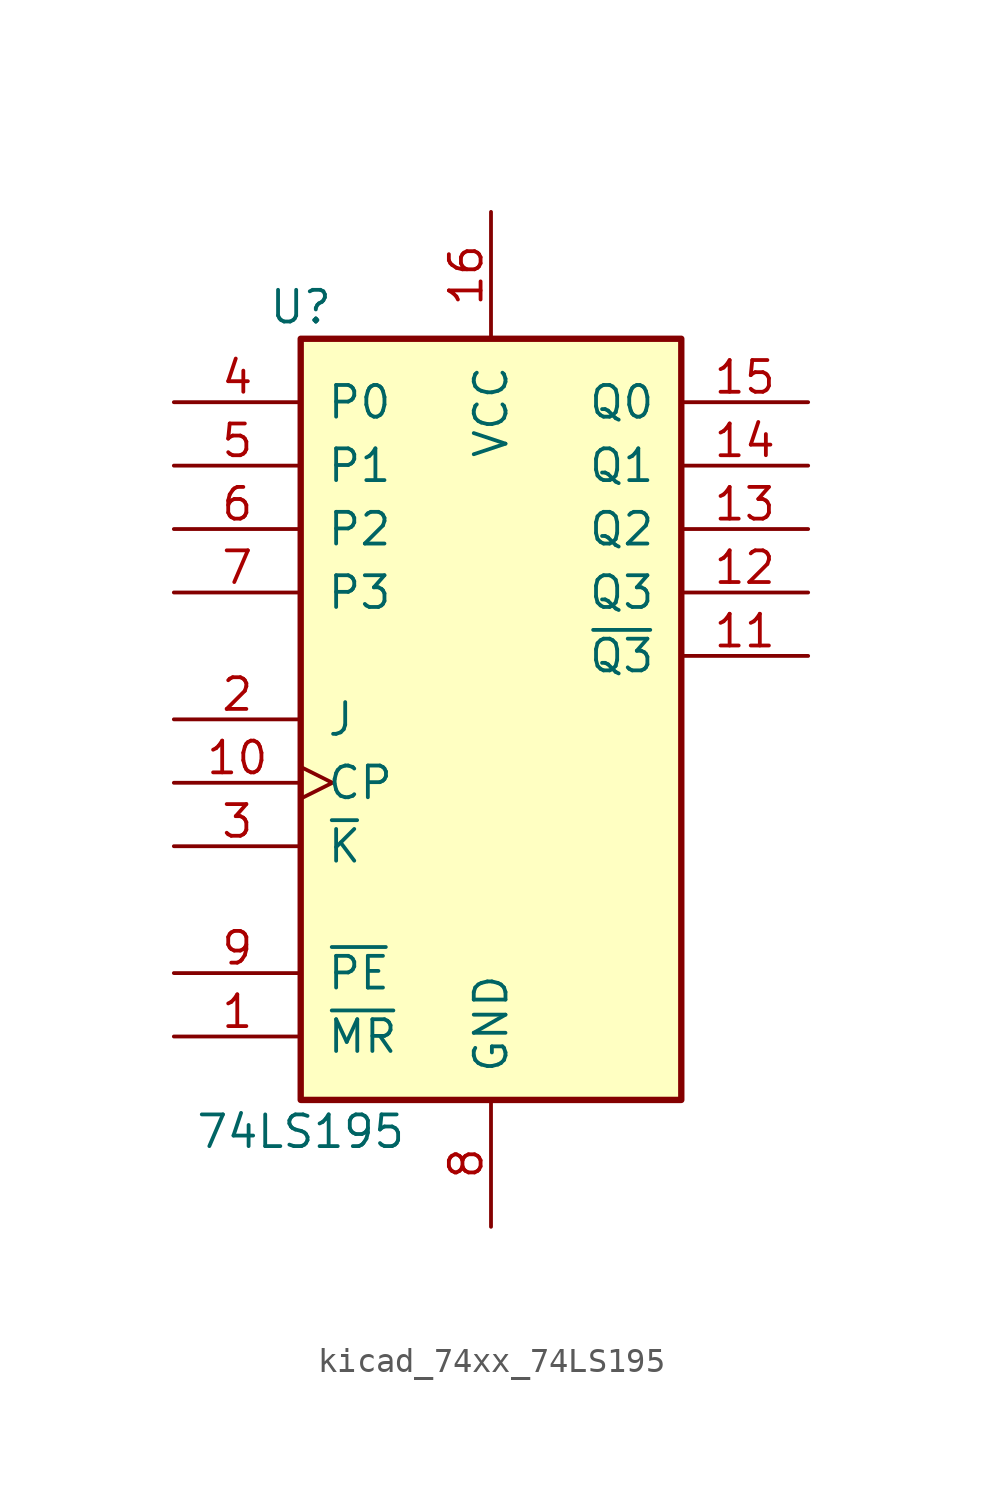
<source format=kicad_sym>
(kicad_symbol_lib
  (version 20220914)
  (generator kicad_symbol_editor)
  (symbol "kicad_74xx_74LS195"
    (pin_names
      (offset 1.016))
    (property "Reference" "U"
      (at -7.62 16.51 0)
      (effects (font (size 1.27 1.27))))
    (property "Value" "74LS195"
      (at -7.62 -16.51 0)
      (effects (font (size 1.27 1.27))))
    (property "ki_locked" ""
      (at 0 0 0)
      (effects (font (size 1.27 1.27))))
    (symbol "kicad_74xx_74LS195_1_0"
      (pin input line (at -12.7 -12.7 0) (length 5.08) (name "~{MR}" (effects (font (size 1.27 1.27)))) (number "1" (effects (font (size 1.27 1.27)))))
      (pin input clock (at -12.7 -2.54 0) (length 5.08) (name "CP" (effects (font (size 1.27 1.27)))) (number "10" (effects (font (size 1.27 1.27)))))
      (pin output line (at 12.7 2.54 180) (length 5.08) (name "~{Q3}" (effects (font (size 1.27 1.27)))) (number "11" (effects (font (size 1.27 1.27)))))
      (pin output line (at 12.7 5.08 180) (length 5.08) (name "Q3" (effects (font (size 1.27 1.27)))) (number "12" (effects (font (size 1.27 1.27)))))
      (pin output line (at 12.7 7.62 180) (length 5.08) (name "Q2" (effects (font (size 1.27 1.27)))) (number "13" (effects (font (size 1.27 1.27)))))
      (pin output line (at 12.7 10.16 180) (length 5.08) (name "Q1" (effects (font (size 1.27 1.27)))) (number "14" (effects (font (size 1.27 1.27)))))
      (pin output line (at 12.7 12.7 180) (length 5.08) (name "Q0" (effects (font (size 1.27 1.27)))) (number "15" (effects (font (size 1.27 1.27)))))
      (pin power_in line (at 0 20.32 270) (length 5.08) (name "VCC" (effects (font (size 1.27 1.27)))) (number "16" (effects (font (size 1.27 1.27)))))
      (pin input line (at -12.7 0 0) (length 5.08) (name "J" (effects (font (size 1.27 1.27)))) (number "2" (effects (font (size 1.27 1.27)))))
      (pin input line (at -12.7 -5.08 0) (length 5.08) (name "~{K}" (effects (font (size 1.27 1.27)))) (number "3" (effects (font (size 1.27 1.27)))))
      (pin input line (at -12.7 12.7 0) (length 5.08) (name "P0" (effects (font (size 1.27 1.27)))) (number "4" (effects (font (size 1.27 1.27)))))
      (pin input line (at -12.7 10.16 0) (length 5.08) (name "P1" (effects (font (size 1.27 1.27)))) (number "5" (effects (font (size 1.27 1.27)))))
      (pin input line (at -12.7 7.62 0) (length 5.08) (name "P2" (effects (font (size 1.27 1.27)))) (number "6" (effects (font (size 1.27 1.27)))))
      (pin input line (at -12.7 5.08 0) (length 5.08) (name "P3" (effects (font (size 1.27 1.27)))) (number "7" (effects (font (size 1.27 1.27)))))
      (pin power_in line (at 0 -20.32 90) (length 5.08) (name "GND" (effects (font (size 1.27 1.27)))) (number "8" (effects (font (size 1.27 1.27)))))
      (pin input line (at -12.7 -10.16 0) (length 5.08) (name "~{PE}" (effects (font (size 1.27 1.27)))) (number "9" (effects (font (size 1.27 1.27))))))
    (symbol "kicad_74xx_74LS195_1_1"
      (rectangle (start -7.62 15.24) (end 7.62 -15.24) (stroke (width 0.254) (type default)) (fill (type background))))))
</source>
